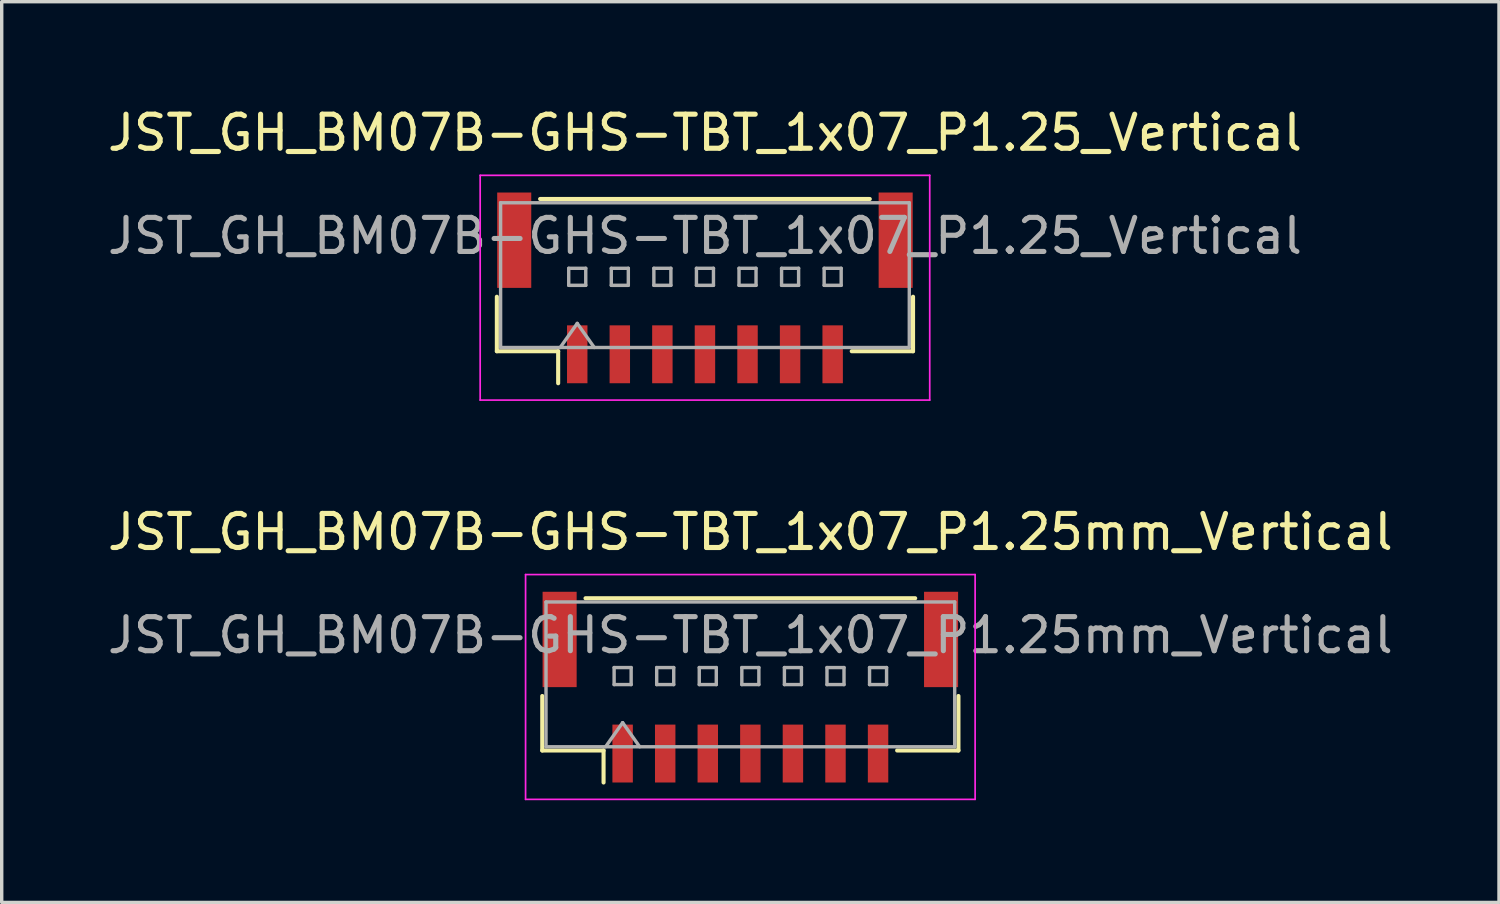
<source format=kicad_pcb>
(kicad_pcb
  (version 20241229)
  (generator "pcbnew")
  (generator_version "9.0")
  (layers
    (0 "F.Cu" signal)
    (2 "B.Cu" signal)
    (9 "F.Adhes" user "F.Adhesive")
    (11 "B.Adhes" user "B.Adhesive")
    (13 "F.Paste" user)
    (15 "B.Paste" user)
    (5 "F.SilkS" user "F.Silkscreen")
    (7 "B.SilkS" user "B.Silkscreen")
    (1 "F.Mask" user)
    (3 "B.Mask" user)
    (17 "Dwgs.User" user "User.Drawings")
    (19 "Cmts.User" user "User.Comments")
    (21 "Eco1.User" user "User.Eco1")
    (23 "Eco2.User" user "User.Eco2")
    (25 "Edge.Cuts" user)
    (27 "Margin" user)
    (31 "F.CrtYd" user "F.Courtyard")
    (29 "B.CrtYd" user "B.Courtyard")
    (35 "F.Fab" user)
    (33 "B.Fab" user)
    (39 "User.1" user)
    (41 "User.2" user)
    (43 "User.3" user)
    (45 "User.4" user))
  (footprint "JST_GH_BM07B-GHS-TBT_1x07_P1.25mm_Vertical"
    (layer "F.Cu")
    (at 18.982 17.401)
    (property "Reference" "JST_GH_BM07B-GHS-TBT_1x07_P1.25mm_Vertical" (at 0 -4.83 0) (layer "F.SilkS") (effects (font (size 1 1) (thickness 0.15))))
    (attr smd)
    (fp_line (start -6.11 -0.015) (end -6.11 1.585) (stroke (width 0.12) (type solid)) (layer "F.SilkS"))
    (fp_line (start -6.11 1.585) (end -4.31 1.585) (stroke (width 0.12) (type solid)) (layer "F.SilkS"))
    (fp_line (start -4.84 -2.885) (end 4.84 -2.885) (stroke (width 0.12) (type solid)) (layer "F.SilkS"))
    (fp_line (start -4.31 1.585) (end -4.31 2.525) (stroke (width 0.12) (type solid)) (layer "F.SilkS"))
    (fp_line (start 6.11 -0.015) (end 6.11 1.585) (stroke (width 0.12) (type solid)) (layer "F.SilkS"))
    (fp_line (start 6.11 1.585) (end 4.31 1.585) (stroke (width 0.12) (type solid)) (layer "F.SilkS"))
    (fp_line (start -6.6 -3.58) (end -6.6 3.02) (stroke (width 0.05) (type solid)) (layer "F.CrtYd"))
    (fp_line (start -6.6 3.02) (end 6.6 3.02) (stroke (width 0.05) (type solid)) (layer "F.CrtYd"))
    (fp_line (start 6.6 -3.58) (end -6.6 -3.58) (stroke (width 0.05) (type solid)) (layer "F.CrtYd"))
    (fp_line (start 6.6 3.02) (end 6.6 -3.58) (stroke (width 0.05) (type solid)) (layer "F.CrtYd"))
    (fp_line (start -6 -2.775) (end -6 1.475) (stroke (width 0.1) (type solid)) (layer "F.Fab"))
    (fp_line (start -6 1.475) (end 6 1.475) (stroke (width 0.1) (type solid)) (layer "F.Fab"))
    (fp_line (start -4.25 1.475) (end -3.75 0.768) (stroke (width 0.1) (type solid)) (layer "F.Fab"))
    (fp_line (start -4 -0.85) (end -4 -0.35) (stroke (width 0.1) (type solid)) (layer "F.Fab"))
    (fp_line (start -4 -0.35) (end -3.5 -0.35) (stroke (width 0.1) (type solid)) (layer "F.Fab"))
    (fp_line (start -3.75 0.768) (end -3.25 1.475) (stroke (width 0.1) (type solid)) (layer "F.Fab"))
    (fp_line (start -3.5 -0.85) (end -4 -0.85) (stroke (width 0.1) (type solid)) (layer "F.Fab"))
    (fp_line (start -3.5 -0.35) (end -3.5 -0.85) (stroke (width 0.1) (type solid)) (layer "F.Fab"))
    (fp_line (start -2.75 -0.85) (end -2.75 -0.35) (stroke (width 0.1) (type solid)) (layer "F.Fab"))
    (fp_line (start -2.75 -0.35) (end -2.25 -0.35) (stroke (width 0.1) (type solid)) (layer "F.Fab"))
    (fp_line (start -2.25 -0.85) (end -2.75 -0.85) (stroke (width 0.1) (type solid)) (layer "F.Fab"))
    (fp_line (start -2.25 -0.35) (end -2.25 -0.85) (stroke (width 0.1) (type solid)) (layer "F.Fab"))
    (fp_line (start -1.5 -0.85) (end -1.5 -0.35) (stroke (width 0.1) (type solid)) (layer "F.Fab"))
    (fp_line (start -1.5 -0.35) (end -1 -0.35) (stroke (width 0.1) (type solid)) (layer "F.Fab"))
    (fp_line (start -1 -0.85) (end -1.5 -0.85) (stroke (width 0.1) (type solid)) (layer "F.Fab"))
    (fp_line (start -1 -0.35) (end -1 -0.85) (stroke (width 0.1) (type solid)) (layer "F.Fab"))
    (fp_line (start -0.25 -0.85) (end -0.25 -0.35) (stroke (width 0.1) (type solid)) (layer "F.Fab"))
    (fp_line (start -0.25 -0.35) (end 0.25 -0.35) (stroke (width 0.1) (type solid)) (layer "F.Fab"))
    (fp_line (start 0.25 -0.85) (end -0.25 -0.85) (stroke (width 0.1) (type solid)) (layer "F.Fab"))
    (fp_line (start 0.25 -0.35) (end 0.25 -0.85) (stroke (width 0.1) (type solid)) (layer "F.Fab"))
    (fp_line (start 1 -0.85) (end 1 -0.35) (stroke (width 0.1) (type solid)) (layer "F.Fab"))
    (fp_line (start 1 -0.35) (end 1.5 -0.35) (stroke (width 0.1) (type solid)) (layer "F.Fab"))
    (fp_line (start 1.5 -0.85) (end 1 -0.85) (stroke (width 0.1) (type solid)) (layer "F.Fab"))
    (fp_line (start 1.5 -0.35) (end 1.5 -0.85) (stroke (width 0.1) (type solid)) (layer "F.Fab"))
    (fp_line (start 2.25 -0.85) (end 2.25 -0.35) (stroke (width 0.1) (type solid)) (layer "F.Fab"))
    (fp_line (start 2.25 -0.35) (end 2.75 -0.35) (stroke (width 0.1) (type solid)) (layer "F.Fab"))
    (fp_line (start 2.75 -0.85) (end 2.25 -0.85) (stroke (width 0.1) (type solid)) (layer "F.Fab"))
    (fp_line (start 2.75 -0.35) (end 2.75 -0.85) (stroke (width 0.1) (type solid)) (layer "F.Fab"))
    (fp_line (start 3.5 -0.85) (end 3.5 -0.35) (stroke (width 0.1) (type solid)) (layer "F.Fab"))
    (fp_line (start 3.5 -0.35) (end 4 -0.35) (stroke (width 0.1) (type solid)) (layer "F.Fab"))
    (fp_line (start 4 -0.85) (end 3.5 -0.85) (stroke (width 0.1) (type solid)) (layer "F.Fab"))
    (fp_line (start 4 -0.35) (end 4 -0.85) (stroke (width 0.1) (type solid)) (layer "F.Fab"))
    (fp_line (start 6 -2.775) (end -6 -2.775) (stroke (width 0.1) (type solid)) (layer "F.Fab"))
    (fp_line (start 6 1.475) (end 6 -2.775) (stroke (width 0.1) (type solid)) (layer "F.Fab"))
    (fp_text user "${REFERENCE}" (at 0 -1.8 0) (layer "F.Fab") (effects (font (size 1 1) (thickness 0.15))))
    (pad "" smd rect (at -5.6 -1.675) (size 1 2.8) (layers "F.Cu" "F.Mask" "F.Paste"))
    (pad "" smd rect (at 5.6 -1.675) (size 1 2.8) (layers "F.Cu" "F.Mask" "F.Paste"))
    (pad "1" smd rect (at -3.75 1.675) (size 0.6 1.7) (layers "F.Cu" "F.Mask" "F.Paste"))
    (pad "2" smd rect (at -2.5 1.675) (size 0.6 1.7) (layers "F.Cu" "F.Mask" "F.Paste"))
    (pad "3" smd rect (at -1.25 1.675) (size 0.6 1.7) (layers "F.Cu" "F.Mask" "F.Paste"))
    (pad "4" smd rect (at 0 1.675) (size 0.6 1.7) (layers "F.Cu" "F.Mask" "F.Paste"))
    (pad "5" smd rect (at 1.25 1.675) (size 0.6 1.7) (layers "F.Cu" "F.Mask" "F.Paste"))
    (pad "6" smd rect (at 2.5 1.675) (size 0.6 1.7) (layers "F.Cu" "F.Mask" "F.Paste"))
    (pad "7" smd rect (at 3.75 1.675) (size 0.6 1.7) (layers "F.Cu" "F.Mask" "F.Paste")))
  (footprint "JST_GH_BM07B-GHS-TBT_1x07_P1.25_Vertical"
    (layer "F.Cu")
    (at 17.649 5.678)
    (property "Reference" "JST_GH_BM07B-GHS-TBT_1x07_P1.25_Vertical" (at 0 -4.83 0) (layer "F.SilkS") (effects (font (size 1 1) (thickness 0.15))))
    (attr smd)
    (fp_line (start -6.11 -0.015) (end -6.11 1.585) (stroke (width 0.12) (type solid)) (layer "F.SilkS"))
    (fp_line (start -6.11 1.585) (end -4.31 1.585) (stroke (width 0.12) (type solid)) (layer "F.SilkS"))
    (fp_line (start -4.84 -2.885) (end 4.84 -2.885) (stroke (width 0.12) (type solid)) (layer "F.SilkS"))
    (fp_line (start -4.31 1.585) (end -4.31 2.525) (stroke (width 0.12) (type solid)) (layer "F.SilkS"))
    (fp_line (start 6.11 -0.015) (end 6.11 1.585) (stroke (width 0.12) (type solid)) (layer "F.SilkS"))
    (fp_line (start 6.11 1.585) (end 4.31 1.585) (stroke (width 0.12) (type solid)) (layer "F.SilkS"))
    (fp_line (start -6.6 -3.58) (end -6.6 3.02) (stroke (width 0.05) (type solid)) (layer "F.CrtYd"))
    (fp_line (start -6.6 3.02) (end 6.6 3.02) (stroke (width 0.05) (type solid)) (layer "F.CrtYd"))
    (fp_line (start 6.6 -3.58) (end -6.6 -3.58) (stroke (width 0.05) (type solid)) (layer "F.CrtYd"))
    (fp_line (start 6.6 3.02) (end 6.6 -3.58) (stroke (width 0.05) (type solid)) (layer "F.CrtYd"))
    (fp_line (start -6 -2.775) (end -6 1.475) (stroke (width 0.1) (type solid)) (layer "F.Fab"))
    (fp_line (start -6 1.475) (end 6 1.475) (stroke (width 0.1) (type solid)) (layer "F.Fab"))
    (fp_line (start -4.25 1.475) (end -3.75 0.768) (stroke (width 0.1) (type solid)) (layer "F.Fab"))
    (fp_line (start -4 -0.85) (end -4 -0.35) (stroke (width 0.1) (type solid)) (layer "F.Fab"))
    (fp_line (start -4 -0.35) (end -3.5 -0.35) (stroke (width 0.1) (type solid)) (layer "F.Fab"))
    (fp_line (start -3.75 0.768) (end -3.25 1.475) (stroke (width 0.1) (type solid)) (layer "F.Fab"))
    (fp_line (start -3.5 -0.85) (end -4 -0.85) (stroke (width 0.1) (type solid)) (layer "F.Fab"))
    (fp_line (start -3.5 -0.35) (end -3.5 -0.85) (stroke (width 0.1) (type solid)) (layer "F.Fab"))
    (fp_line (start -2.75 -0.85) (end -2.75 -0.35) (stroke (width 0.1) (type solid)) (layer "F.Fab"))
    (fp_line (start -2.75 -0.35) (end -2.25 -0.35) (stroke (width 0.1) (type solid)) (layer "F.Fab"))
    (fp_line (start -2.25 -0.85) (end -2.75 -0.85) (stroke (width 0.1) (type solid)) (layer "F.Fab"))
    (fp_line (start -2.25 -0.35) (end -2.25 -0.85) (stroke (width 0.1) (type solid)) (layer "F.Fab"))
    (fp_line (start -1.5 -0.85) (end -1.5 -0.35) (stroke (width 0.1) (type solid)) (layer "F.Fab"))
    (fp_line (start -1.5 -0.35) (end -1 -0.35) (stroke (width 0.1) (type solid)) (layer "F.Fab"))
    (fp_line (start -1 -0.85) (end -1.5 -0.85) (stroke (width 0.1) (type solid)) (layer "F.Fab"))
    (fp_line (start -1 -0.35) (end -1 -0.85) (stroke (width 0.1) (type solid)) (layer "F.Fab"))
    (fp_line (start -0.25 -0.85) (end -0.25 -0.35) (stroke (width 0.1) (type solid)) (layer "F.Fab"))
    (fp_line (start -0.25 -0.35) (end 0.25 -0.35) (stroke (width 0.1) (type solid)) (layer "F.Fab"))
    (fp_line (start 0.25 -0.85) (end -0.25 -0.85) (stroke (width 0.1) (type solid)) (layer "F.Fab"))
    (fp_line (start 0.25 -0.35) (end 0.25 -0.85) (stroke (width 0.1) (type solid)) (layer "F.Fab"))
    (fp_line (start 1 -0.85) (end 1 -0.35) (stroke (width 0.1) (type solid)) (layer "F.Fab"))
    (fp_line (start 1 -0.35) (end 1.5 -0.35) (stroke (width 0.1) (type solid)) (layer "F.Fab"))
    (fp_line (start 1.5 -0.85) (end 1 -0.85) (stroke (width 0.1) (type solid)) (layer "F.Fab"))
    (fp_line (start 1.5 -0.35) (end 1.5 -0.85) (stroke (width 0.1) (type solid)) (layer "F.Fab"))
    (fp_line (start 2.25 -0.85) (end 2.25 -0.35) (stroke (width 0.1) (type solid)) (layer "F.Fab"))
    (fp_line (start 2.25 -0.35) (end 2.75 -0.35) (stroke (width 0.1) (type solid)) (layer "F.Fab"))
    (fp_line (start 2.75 -0.85) (end 2.25 -0.85) (stroke (width 0.1) (type solid)) (layer "F.Fab"))
    (fp_line (start 2.75 -0.35) (end 2.75 -0.85) (stroke (width 0.1) (type solid)) (layer "F.Fab"))
    (fp_line (start 3.5 -0.85) (end 3.5 -0.35) (stroke (width 0.1) (type solid)) (layer "F.Fab"))
    (fp_line (start 3.5 -0.35) (end 4 -0.35) (stroke (width 0.1) (type solid)) (layer "F.Fab"))
    (fp_line (start 4 -0.85) (end 3.5 -0.85) (stroke (width 0.1) (type solid)) (layer "F.Fab"))
    (fp_line (start 4 -0.35) (end 4 -0.85) (stroke (width 0.1) (type solid)) (layer "F.Fab"))
    (fp_line (start 6 -2.775) (end -6 -2.775) (stroke (width 0.1) (type solid)) (layer "F.Fab"))
    (fp_line (start 6 1.475) (end 6 -2.775) (stroke (width 0.1) (type solid)) (layer "F.Fab"))
    (fp_text user "${REFERENCE}" (at 0 -1.8 0) (layer "F.Fab") (effects (font (size 1 1) (thickness 0.15))))
    (pad "" smd rect (at -5.6 -1.675) (size 1 2.8) (layers "F.Cu" "F.Mask" "F.Paste"))
    (pad "" smd rect (at 5.6 -1.675) (size 1 2.8) (layers "F.Cu" "F.Mask" "F.Paste"))
    (pad "1" smd rect (at -3.75 1.675) (size 0.6 1.7) (layers "F.Cu" "F.Mask" "F.Paste"))
    (pad "2" smd rect (at -2.5 1.675) (size 0.6 1.7) (layers "F.Cu" "F.Mask" "F.Paste"))
    (pad "3" smd rect (at -1.25 1.675) (size 0.6 1.7) (layers "F.Cu" "F.Mask" "F.Paste"))
    (pad "4" smd rect (at 0 1.675) (size 0.6 1.7) (layers "F.Cu" "F.Mask" "F.Paste"))
    (pad "5" smd rect (at 1.25 1.675) (size 0.6 1.7) (layers "F.Cu" "F.Mask" "F.Paste"))
    (pad "6" smd rect (at 2.5 1.675) (size 0.6 1.7) (layers "F.Cu" "F.Mask" "F.Paste"))
    (pad "7" smd rect (at 3.75 1.675) (size 0.6 1.7) (layers "F.Cu" "F.Mask" "F.Paste")))
  (gr_rect
    (start -3 -3)
    (end 40.964 23.447)
    (stroke (width 0.1) (type default))
    (fill no)
    (layer "Edge.Cuts")))
</source>
